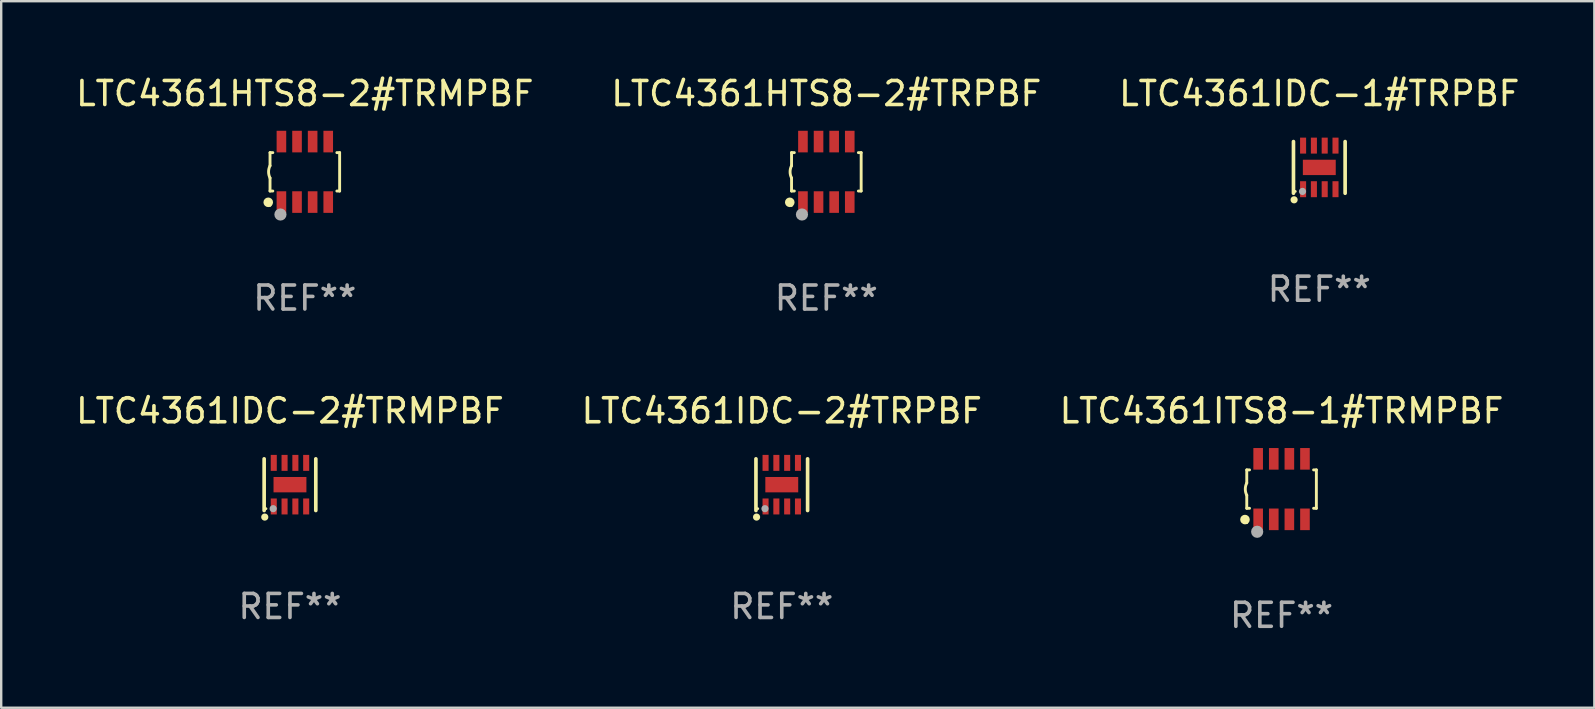
<source format=kicad_pcb>
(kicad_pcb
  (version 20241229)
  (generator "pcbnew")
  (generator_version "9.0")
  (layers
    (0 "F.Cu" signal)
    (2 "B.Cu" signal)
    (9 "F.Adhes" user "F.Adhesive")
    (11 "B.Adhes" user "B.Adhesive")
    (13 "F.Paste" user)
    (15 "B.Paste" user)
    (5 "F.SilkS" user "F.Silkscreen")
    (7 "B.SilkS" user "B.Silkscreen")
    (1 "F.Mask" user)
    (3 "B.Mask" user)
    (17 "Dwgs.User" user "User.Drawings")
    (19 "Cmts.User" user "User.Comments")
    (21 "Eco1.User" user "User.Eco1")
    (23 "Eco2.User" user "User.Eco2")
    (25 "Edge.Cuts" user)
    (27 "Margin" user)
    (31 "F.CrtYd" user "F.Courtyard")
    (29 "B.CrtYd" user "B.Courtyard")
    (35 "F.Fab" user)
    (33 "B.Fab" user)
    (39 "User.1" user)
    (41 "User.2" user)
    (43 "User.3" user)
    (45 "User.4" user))
  (footprint "LTC4361IDC-2#TRMPBF"
    (layer "F.Cu")
    (at 9.03 17.141)
    (property "Reference" "LTC4361IDC-2#TRMPBF" (at 0 -3.076 0) (layer "F.SilkS") (effects (font (size 1 1) (thickness 0.15))))
    (attr through_hole)
    (fp_line (start -1.076 1.076) (end -1.076 -1.076) (stroke (width 0.152) (type solid)) (layer "F.SilkS"))
    (fp_line (start 1.076 1.076) (end 1.076 -1.076) (stroke (width 0.152) (type solid)) (layer "F.SilkS"))
    (fp_circle (center -1.05 1.35) (end -0.975 1.35) (stroke (width 0.15) (type solid)) (fill no) (layer "F.SilkS"))
    (fp_circle (center -1 1) (end -0.97 1) (stroke (width 0.06) (type solid)) (fill no) (layer "F.SilkS"))
    (fp_circle (center -0.7 1) (end -0.625 1) (stroke (width 0.15) (type solid)) (fill no) (layer "F.Fab"))
    (fp_text user "REF**" (at 0 5.076 0) (layer "F.Fab") (effects (font (size 1 1) (thickness 0.15))))
    (pad "1" smd rect (at -0.675 0.908) (size 0.252 0.665) (layers "F.Cu" "F.Mask" "F.Paste"))
    (pad "2" smd rect (at -0.225 0.908) (size 0.252 0.665) (layers "F.Cu" "F.Mask" "F.Paste"))
    (pad "3" smd rect (at 0.225 0.908) (size 0.252 0.665) (layers "F.Cu" "F.Mask" "F.Paste"))
    (pad "4" smd rect (at 0.675 0.908) (size 0.252 0.665) (layers "F.Cu" "F.Mask" "F.Paste"))
    (pad "5" smd rect (at 0.675 -0.908) (size 0.252 0.665) (layers "F.Cu" "F.Mask" "F.Paste"))
    (pad "6" smd rect (at 0.225 -0.908) (size 0.252 0.665) (layers "F.Cu" "F.Mask" "F.Paste"))
    (pad "7" smd rect (at -0.225 -0.908) (size 0.252 0.665) (layers "F.Cu" "F.Mask" "F.Paste"))
    (pad "8" smd rect (at -0.675 -0.908) (size 0.252 0.665) (layers "F.Cu" "F.Mask" "F.Paste"))
    (pad "9" smd rect (at 0 0) (size 1.37 0.64) (layers "F.Cu" "F.Mask" "F.Paste")))
  (footprint "LTC4361IDC-1#TRPBF"
    (layer "F.Cu")
    (at 51.911 3.924)
    (property "Reference" "LTC4361IDC-1#TRPBF" (at 0 -3.076 0) (layer "F.SilkS") (effects (font (size 1 1) (thickness 0.15))))
    (attr through_hole)
    (fp_line (start -1.076 1.076) (end -1.076 -1.076) (stroke (width 0.152) (type solid)) (layer "F.SilkS"))
    (fp_line (start 1.076 1.076) (end 1.076 -1.076) (stroke (width 0.152) (type solid)) (layer "F.SilkS"))
    (fp_circle (center -1.05 1.35) (end -0.975 1.35) (stroke (width 0.15) (type solid)) (fill no) (layer "F.SilkS"))
    (fp_circle (center -1 1) (end -0.97 1) (stroke (width 0.06) (type solid)) (fill no) (layer "F.SilkS"))
    (fp_circle (center -0.7 1) (end -0.625 1) (stroke (width 0.15) (type solid)) (fill no) (layer "F.Fab"))
    (fp_text user "REF**" (at 0 5.076 0) (layer "F.Fab") (effects (font (size 1 1) (thickness 0.15))))
    (pad "1" smd rect (at -0.675 0.908) (size 0.252 0.665) (layers "F.Cu" "F.Mask" "F.Paste"))
    (pad "2" smd rect (at -0.225 0.908) (size 0.252 0.665) (layers "F.Cu" "F.Mask" "F.Paste"))
    (pad "3" smd rect (at 0.225 0.908) (size 0.252 0.665) (layers "F.Cu" "F.Mask" "F.Paste"))
    (pad "4" smd rect (at 0.675 0.908) (size 0.252 0.665) (layers "F.Cu" "F.Mask" "F.Paste"))
    (pad "5" smd rect (at 0.675 -0.908) (size 0.252 0.665) (layers "F.Cu" "F.Mask" "F.Paste"))
    (pad "6" smd rect (at 0.225 -0.908) (size 0.252 0.665) (layers "F.Cu" "F.Mask" "F.Paste"))
    (pad "7" smd rect (at -0.225 -0.908) (size 0.252 0.665) (layers "F.Cu" "F.Mask" "F.Paste"))
    (pad "8" smd rect (at -0.675 -0.908) (size 0.252 0.665) (layers "F.Cu" "F.Mask" "F.Paste"))
    (pad "9" smd rect (at 0 0) (size 1.37 0.64) (layers "F.Cu" "F.Mask" "F.Paste")))
  (footprint "LTC4361ITS8-1#TRMPBF"
    (layer "F.Cu")
    (at 50.339 17.325)
    (property "Reference" "LTC4361ITS8-1#TRMPBF" (at 0 -3.26 0) (layer "F.SilkS") (effects (font (size 1 1) (thickness 0.15))))
    (attr through_hole)
    (fp_line (start -1.45 -0.8) (end -1.45 -0.254) (stroke (width 0.12) (type solid)) (layer "F.SilkS"))
    (fp_line (start -1.45 -0.8) (end -1.334 -0.8) (stroke (width 0.12) (type solid)) (layer "F.SilkS"))
    (fp_line (start -1.45 0.8) (end -1.45 0.254) (stroke (width 0.12) (type solid)) (layer "F.SilkS"))
    (fp_line (start -1.45 0.8) (end -1.334 0.8) (stroke (width 0.12) (type solid)) (layer "F.SilkS"))
    (fp_line (start 1.334 -0.8) (end 1.45 -0.8) (stroke (width 0.12) (type solid)) (layer "F.SilkS"))
    (fp_line (start 1.334 0.8) (end 1.45 0.8) (stroke (width 0.12) (type solid)) (layer "F.SilkS"))
    (fp_line (start 1.45 0.8) (end 1.45 -0.8) (stroke (width 0.12) (type solid)) (layer "F.SilkS"))
    (fp_arc (start -1.45075 0.255144) (mid -1.510605 0.000434) (end -1.450013 -0.254102) (stroke (width 0.11999) (type solid)) (layer "F.SilkS"))
    (fp_circle (center -1.524 1.27) (end -1.424 1.27) (stroke (width 0.2) (type solid)) (fill no) (layer "F.SilkS"))
    (fp_circle (center -1.45 1.4) (end -1.42 1.4) (stroke (width 0.06) (type solid)) (fill no) (layer "F.SilkS"))
    (fp_circle (center -1.016 1.778) (end -0.889 1.778) (stroke (width 0.254) (type solid)) (fill no) (layer "F.Fab"))
    (fp_text user "REF**" (at 0 5.26 0) (layer "F.Fab") (effects (font (size 1 1) (thickness 0.15))))
    (pad "1" smd rect (at -0.975 1.26) (size 0.4 0.9) (layers "F.Cu" "F.Mask" "F.Paste"))
    (pad "2" smd rect (at -0.325 1.26) (size 0.4 0.9) (layers "F.Cu" "F.Mask" "F.Paste"))
    (pad "3" smd rect (at 0.325 1.26) (size 0.4 0.9) (layers "F.Cu" "F.Mask" "F.Paste"))
    (pad "4" smd rect (at 0.975 1.26) (size 0.4 0.9) (layers "F.Cu" "F.Mask" "F.Paste"))
    (pad "5" smd rect (at 0.975 -1.26) (size 0.4 0.9) (layers "F.Cu" "F.Mask" "F.Paste"))
    (pad "6" smd rect (at 0.325 -1.26) (size 0.4 0.9) (layers "F.Cu" "F.Mask" "F.Paste"))
    (pad "7" smd rect (at -0.325 -1.26) (size 0.4 0.9) (layers "F.Cu" "F.Mask" "F.Paste"))
    (pad "8" smd rect (at -0.975 -1.26) (size 0.4 0.9) (layers "F.Cu" "F.Mask" "F.Paste")))
  (footprint "LTC4361HTS8-2#TRPBF"
    (layer "F.Cu")
    (at 31.375 4.108)
    (property "Reference" "LTC4361HTS8-2#TRPBF" (at 0 -3.26 0) (layer "F.SilkS") (effects (font (size 1 1) (thickness 0.15))))
    (attr through_hole)
    (fp_line (start -1.45 -0.8) (end -1.45 -0.254) (stroke (width 0.12) (type solid)) (layer "F.SilkS"))
    (fp_line (start -1.45 -0.8) (end -1.334 -0.8) (stroke (width 0.12) (type solid)) (layer "F.SilkS"))
    (fp_line (start -1.45 0.8) (end -1.45 0.254) (stroke (width 0.12) (type solid)) (layer "F.SilkS"))
    (fp_line (start -1.45 0.8) (end -1.334 0.8) (stroke (width 0.12) (type solid)) (layer "F.SilkS"))
    (fp_line (start 1.334 -0.8) (end 1.45 -0.8) (stroke (width 0.12) (type solid)) (layer "F.SilkS"))
    (fp_line (start 1.334 0.8) (end 1.45 0.8) (stroke (width 0.12) (type solid)) (layer "F.SilkS"))
    (fp_line (start 1.45 0.8) (end 1.45 -0.8) (stroke (width 0.12) (type solid)) (layer "F.SilkS"))
    (fp_arc (start -1.45075 0.255144) (mid -1.510605 0.000434) (end -1.450013 -0.254102) (stroke (width 0.11999) (type solid)) (layer "F.SilkS"))
    (fp_circle (center -1.524 1.27) (end -1.424 1.27) (stroke (width 0.2) (type solid)) (fill no) (layer "F.SilkS"))
    (fp_circle (center -1.45 1.4) (end -1.42 1.4) (stroke (width 0.06) (type solid)) (fill no) (layer "F.SilkS"))
    (fp_circle (center -1.016 1.778) (end -0.889 1.778) (stroke (width 0.254) (type solid)) (fill no) (layer "F.Fab"))
    (fp_text user "REF**" (at 0 5.26 0) (layer "F.Fab") (effects (font (size 1 1) (thickness 0.15))))
    (pad "1" smd rect (at -0.975 1.26) (size 0.4 0.9) (layers "F.Cu" "F.Mask" "F.Paste"))
    (pad "2" smd rect (at -0.325 1.26) (size 0.4 0.9) (layers "F.Cu" "F.Mask" "F.Paste"))
    (pad "3" smd rect (at 0.325 1.26) (size 0.4 0.9) (layers "F.Cu" "F.Mask" "F.Paste"))
    (pad "4" smd rect (at 0.975 1.26) (size 0.4 0.9) (layers "F.Cu" "F.Mask" "F.Paste"))
    (pad "5" smd rect (at 0.975 -1.26) (size 0.4 0.9) (layers "F.Cu" "F.Mask" "F.Paste"))
    (pad "6" smd rect (at 0.325 -1.26) (size 0.4 0.9) (layers "F.Cu" "F.Mask" "F.Paste"))
    (pad "7" smd rect (at -0.325 -1.26) (size 0.4 0.9) (layers "F.Cu" "F.Mask" "F.Paste"))
    (pad "8" smd rect (at -0.975 -1.26) (size 0.4 0.9) (layers "F.Cu" "F.Mask" "F.Paste")))
  (footprint "LTC4361HTS8-2#TRMPBF"
    (layer "F.Cu")
    (at 9.649 4.108)
    (property "Reference" "LTC4361HTS8-2#TRMPBF" (at 0 -3.26 0) (layer "F.SilkS") (effects (font (size 1 1) (thickness 0.15))))
    (attr through_hole)
    (fp_line (start -1.45 -0.8) (end -1.45 -0.254) (stroke (width 0.12) (type solid)) (layer "F.SilkS"))
    (fp_line (start -1.45 -0.8) (end -1.334 -0.8) (stroke (width 0.12) (type solid)) (layer "F.SilkS"))
    (fp_line (start -1.45 0.8) (end -1.45 0.254) (stroke (width 0.12) (type solid)) (layer "F.SilkS"))
    (fp_line (start -1.45 0.8) (end -1.334 0.8) (stroke (width 0.12) (type solid)) (layer "F.SilkS"))
    (fp_line (start 1.334 -0.8) (end 1.45 -0.8) (stroke (width 0.12) (type solid)) (layer "F.SilkS"))
    (fp_line (start 1.334 0.8) (end 1.45 0.8) (stroke (width 0.12) (type solid)) (layer "F.SilkS"))
    (fp_line (start 1.45 0.8) (end 1.45 -0.8) (stroke (width 0.12) (type solid)) (layer "F.SilkS"))
    (fp_arc (start -1.45075 0.255144) (mid -1.510605 0.000434) (end -1.450013 -0.254102) (stroke (width 0.11999) (type solid)) (layer "F.SilkS"))
    (fp_circle (center -1.524 1.27) (end -1.424 1.27) (stroke (width 0.2) (type solid)) (fill no) (layer "F.SilkS"))
    (fp_circle (center -1.45 1.4) (end -1.42 1.4) (stroke (width 0.06) (type solid)) (fill no) (layer "F.SilkS"))
    (fp_circle (center -1.016 1.778) (end -0.889 1.778) (stroke (width 0.254) (type solid)) (fill no) (layer "F.Fab"))
    (fp_text user "REF**" (at 0 5.26 0) (layer "F.Fab") (effects (font (size 1 1) (thickness 0.15))))
    (pad "1" smd rect (at -0.975 1.26) (size 0.4 0.9) (layers "F.Cu" "F.Mask" "F.Paste"))
    (pad "2" smd rect (at -0.325 1.26) (size 0.4 0.9) (layers "F.Cu" "F.Mask" "F.Paste"))
    (pad "3" smd rect (at 0.325 1.26) (size 0.4 0.9) (layers "F.Cu" "F.Mask" "F.Paste"))
    (pad "4" smd rect (at 0.975 1.26) (size 0.4 0.9) (layers "F.Cu" "F.Mask" "F.Paste"))
    (pad "5" smd rect (at 0.975 -1.26) (size 0.4 0.9) (layers "F.Cu" "F.Mask" "F.Paste"))
    (pad "6" smd rect (at 0.325 -1.26) (size 0.4 0.9) (layers "F.Cu" "F.Mask" "F.Paste"))
    (pad "7" smd rect (at -0.325 -1.26) (size 0.4 0.9) (layers "F.Cu" "F.Mask" "F.Paste"))
    (pad "8" smd rect (at -0.975 -1.26) (size 0.4 0.9) (layers "F.Cu" "F.Mask" "F.Paste")))
  (footprint "LTC4361IDC-2#TRPBF"
    (layer "F.Cu")
    (at 29.518 17.141)
    (property "Reference" "LTC4361IDC-2#TRPBF" (at 0 -3.076 0) (layer "F.SilkS") (effects (font (size 1 1) (thickness 0.15))))
    (attr through_hole)
    (fp_line (start -1.076 1.076) (end -1.076 -1.076) (stroke (width 0.152) (type solid)) (layer "F.SilkS"))
    (fp_line (start 1.076 1.076) (end 1.076 -1.076) (stroke (width 0.152) (type solid)) (layer "F.SilkS"))
    (fp_circle (center -1.05 1.35) (end -0.975 1.35) (stroke (width 0.15) (type solid)) (fill no) (layer "F.SilkS"))
    (fp_circle (center -1 1) (end -0.97 1) (stroke (width 0.06) (type solid)) (fill no) (layer "F.SilkS"))
    (fp_circle (center -0.7 1) (end -0.625 1) (stroke (width 0.15) (type solid)) (fill no) (layer "F.Fab"))
    (fp_text user "REF**" (at 0 5.076 0) (layer "F.Fab") (effects (font (size 1 1) (thickness 0.15))))
    (pad "1" smd rect (at -0.675 0.908) (size 0.252 0.665) (layers "F.Cu" "F.Mask" "F.Paste"))
    (pad "2" smd rect (at -0.225 0.908) (size 0.252 0.665) (layers "F.Cu" "F.Mask" "F.Paste"))
    (pad "3" smd rect (at 0.225 0.908) (size 0.252 0.665) (layers "F.Cu" "F.Mask" "F.Paste"))
    (pad "4" smd rect (at 0.675 0.908) (size 0.252 0.665) (layers "F.Cu" "F.Mask" "F.Paste"))
    (pad "5" smd rect (at 0.675 -0.908) (size 0.252 0.665) (layers "F.Cu" "F.Mask" "F.Paste"))
    (pad "6" smd rect (at 0.225 -0.908) (size 0.252 0.665) (layers "F.Cu" "F.Mask" "F.Paste"))
    (pad "7" smd rect (at -0.225 -0.908) (size 0.252 0.665) (layers "F.Cu" "F.Mask" "F.Paste"))
    (pad "8" smd rect (at -0.675 -0.908) (size 0.252 0.665) (layers "F.Cu" "F.Mask" "F.Paste"))
    (pad "9" smd rect (at 0 0) (size 1.37 0.64) (layers "F.Cu" "F.Mask" "F.Paste")))
  (gr_rect
    (start -3 -3)
    (end 63.369 26.433)
    (stroke (width 0.1) (type default))
    (fill no)
    (layer "Edge.Cuts")))
</source>
